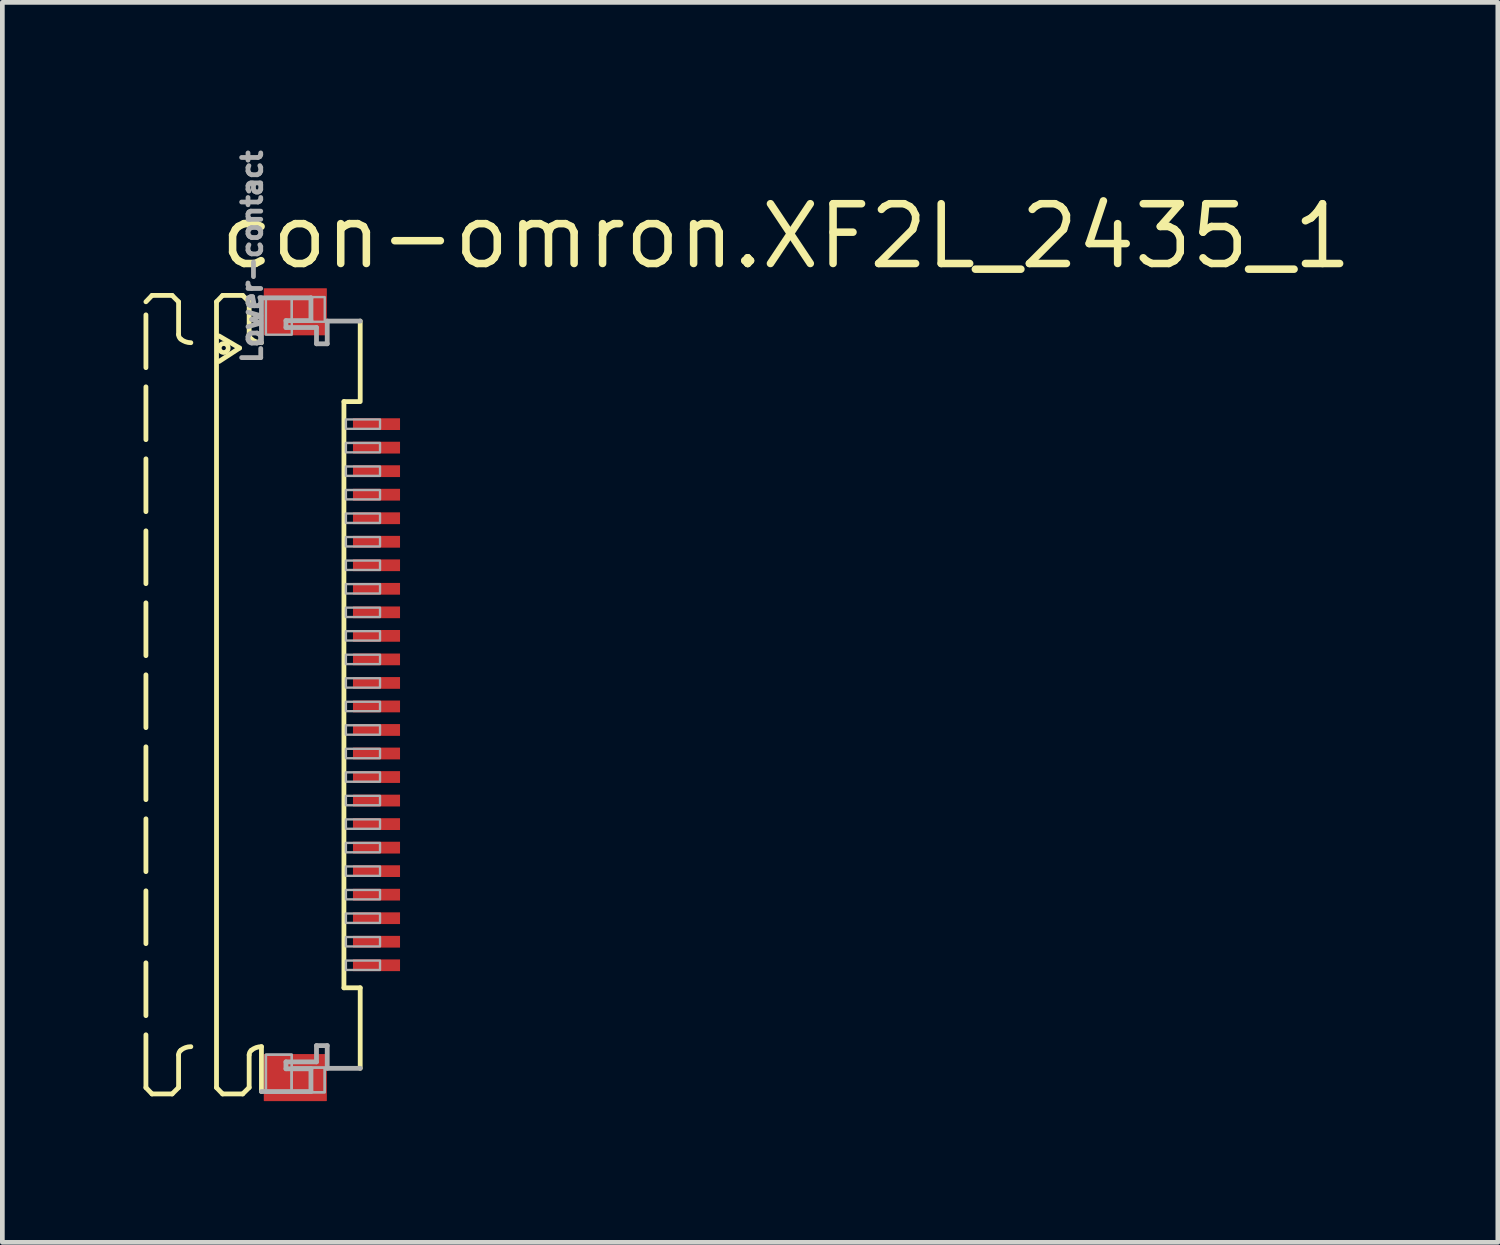
<source format=kicad_pcb>
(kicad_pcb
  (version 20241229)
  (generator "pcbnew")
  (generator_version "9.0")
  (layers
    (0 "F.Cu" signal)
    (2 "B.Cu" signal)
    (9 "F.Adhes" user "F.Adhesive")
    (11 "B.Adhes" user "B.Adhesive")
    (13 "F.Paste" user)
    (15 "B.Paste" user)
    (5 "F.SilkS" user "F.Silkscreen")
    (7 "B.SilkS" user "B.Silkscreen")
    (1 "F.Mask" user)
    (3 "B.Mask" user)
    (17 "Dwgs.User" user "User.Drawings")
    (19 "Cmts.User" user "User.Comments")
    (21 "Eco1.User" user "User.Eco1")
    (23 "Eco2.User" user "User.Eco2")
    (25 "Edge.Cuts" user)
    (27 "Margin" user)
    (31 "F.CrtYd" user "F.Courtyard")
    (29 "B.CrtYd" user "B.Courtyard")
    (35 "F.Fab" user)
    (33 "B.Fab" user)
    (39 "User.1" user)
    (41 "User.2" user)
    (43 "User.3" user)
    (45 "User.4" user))
  (footprint "con-omron.XF2L_2435_1"
    (layer "F.Cu")
    (at 3.046 11.713)
    (property "Reference" "con-omron.XF2L_2435_1" (at -1.5 -9 0) (layer "F.SilkS") (effects (font (size 1.27 1.27) (thickness 0.16)) (justify left bottom)))
    (attr smd)
    (fp_rect (start 1.355 -5.575) (end 2.455 -5.925) (stroke (width 0.05) (type default)) (fill yes) (layer "F.Mask"))
    (fp_rect (start 1.355 -5.075) (end 2.455 -5.425) (stroke (width 0.05) (type default)) (fill yes) (layer "F.Mask"))
    (fp_rect (start 1.355 -4.575) (end 2.455 -4.925) (stroke (width 0.05) (type default)) (fill yes) (layer "F.Mask"))
    (fp_rect (start 1.355 -4.075) (end 2.455 -4.425) (stroke (width 0.05) (type default)) (fill yes) (layer "F.Mask"))
    (fp_rect (start 1.355 -3.575) (end 2.455 -3.925) (stroke (width 0.05) (type default)) (fill yes) (layer "F.Mask"))
    (fp_rect (start 1.355 -3.075) (end 2.455 -3.425) (stroke (width 0.05) (type default)) (fill yes) (layer "F.Mask"))
    (fp_rect (start 1.355 -2.575) (end 2.455 -2.925) (stroke (width 0.05) (type default)) (fill yes) (layer "F.Mask"))
    (fp_rect (start 1.355 -2.075) (end 2.455 -2.425) (stroke (width 0.05) (type default)) (fill yes) (layer "F.Mask"))
    (fp_rect (start 1.355 -1.575) (end 2.455 -1.925) (stroke (width 0.05) (type default)) (fill yes) (layer "F.Mask"))
    (fp_rect (start 1.355 -1.075) (end 2.455 -1.425) (stroke (width 0.05) (type default)) (fill yes) (layer "F.Mask"))
    (fp_rect (start 1.355 -0.575) (end 2.455 -0.925) (stroke (width 0.05) (type default)) (fill yes) (layer "F.Mask"))
    (fp_rect (start 1.355 -0.075) (end 2.455 -0.425) (stroke (width 0.05) (type default)) (fill yes) (layer "F.Mask"))
    (fp_rect (start 1.355 0.425) (end 2.455 0.075) (stroke (width 0.05) (type default)) (fill yes) (layer "F.Mask"))
    (fp_rect (start 1.355 0.925) (end 2.455 0.575) (stroke (width 0.05) (type default)) (fill yes) (layer "F.Mask"))
    (fp_rect (start 1.355 1.425) (end 2.455 1.075) (stroke (width 0.05) (type default)) (fill yes) (layer "F.Mask"))
    (fp_rect (start 1.355 1.925) (end 2.455 1.575) (stroke (width 0.05) (type default)) (fill yes) (layer "F.Mask"))
    (fp_rect (start 1.355 2.425) (end 2.455 2.075) (stroke (width 0.05) (type default)) (fill yes) (layer "F.Mask"))
    (fp_rect (start 1.355 2.925) (end 2.455 2.575) (stroke (width 0.05) (type default)) (fill yes) (layer "F.Mask"))
    (fp_rect (start 1.355 3.425) (end 2.455 3.075) (stroke (width 0.05) (type default)) (fill yes) (layer "F.Mask"))
    (fp_rect (start 1.355 3.925) (end 2.455 3.575) (stroke (width 0.05) (type default)) (fill yes) (layer "F.Mask"))
    (fp_rect (start 1.355 4.425) (end 2.455 4.075) (stroke (width 0.05) (type default)) (fill yes) (layer "F.Mask"))
    (fp_rect (start 1.355 4.925) (end 2.455 4.575) (stroke (width 0.05) (type default)) (fill yes) (layer "F.Mask"))
    (fp_rect (start 1.355 5.425) (end 2.455 5.075) (stroke (width 0.05) (type default)) (fill yes) (layer "F.Mask"))
    (fp_rect (start 1.355 5.925) (end 2.455 5.575) (stroke (width 0.05) (type default)) (fill yes) (layer "F.Mask"))
    (fp_line (start -2.995 -8.35) (end -2.865 -8.485) (stroke (width 0.102) (type default)) (layer "F.SilkS"))
    (fp_line (start -2.995 8.35) (end -2.995 -8.35) (stroke (width 0.102) (type dash)) (layer "F.SilkS"))
    (fp_line (start -2.995 8.35) (end -2.865 8.485) (stroke (width 0.102) (type default)) (layer "F.SilkS"))
    (fp_line (start -2.865 -8.485) (end -2.438 -8.485) (stroke (width 0.102) (type dash)) (layer "F.SilkS"))
    (fp_line (start -2.865 8.485) (end -2.438 8.485) (stroke (width 0.102) (type dash)) (layer "F.SilkS"))
    (fp_line (start -2.438 -8.485) (end -2.301 -8.348) (stroke (width 0.102) (type default)) (layer "F.SilkS"))
    (fp_line (start -2.438 8.485) (end -2.301 8.348) (stroke (width 0.102) (type default)) (layer "F.SilkS"))
    (fp_line (start -2.301 -8.348) (end -2.301 -7.656) (stroke (width 0.102) (type dash)) (layer "F.SilkS"))
    (fp_line (start -2.301 8.348) (end -2.301 7.656) (stroke (width 0.102) (type dash)) (layer "F.SilkS"))
    (fp_line (start -1.495 -8.35) (end -1.365 -8.485) (stroke (width 0.102) (type default)) (layer "F.SilkS"))
    (fp_line (start -1.495 8.35) (end -1.495 -8.35) (stroke (width 0.102) (type default)) (layer "F.SilkS"))
    (fp_line (start -1.495 8.35) (end -1.365 8.485) (stroke (width 0.102) (type default)) (layer "F.SilkS"))
    (fp_line (start -1.441 -7.623) (end -1.005 -7.367) (stroke (width 0.102) (type default)) (layer "F.SilkS"))
    (fp_line (start -1.365 -8.485) (end -0.939 -8.485) (stroke (width 0.102) (type default)) (layer "F.SilkS"))
    (fp_line (start -1.365 8.485) (end -0.939 8.485) (stroke (width 0.102) (type default)) (layer "F.SilkS"))
    (fp_line (start -1.005 -7.367) (end -1.441 -7.082) (stroke (width 0.102) (type default)) (layer "F.SilkS"))
    (fp_line (start -0.939 -8.485) (end -0.801 -8.348) (stroke (width 0.102) (type default)) (layer "F.SilkS"))
    (fp_line (start -0.939 8.485) (end -0.801 8.348) (stroke (width 0.102) (type default)) (layer "F.SilkS"))
    (fp_line (start -0.801 -8.348) (end -0.801 -7.656) (stroke (width 0.102) (type default)) (layer "F.SilkS"))
    (fp_line (start -0.801 8.348) (end -0.801 7.656) (stroke (width 0.102) (type default)) (layer "F.SilkS"))
    (fp_line (start -0.54 7.48) (end -0.54 8.433) (stroke (width 0.102) (type default)) (layer "F.SilkS"))
    (fp_line (start 1.213 6.229) (end 1.213 -6.229) (stroke (width 0.102) (type default)) (layer "F.SilkS"))
    (fp_line (start 1.538 -6.229) (end 1.213 -6.229) (stroke (width 0.102) (type default)) (layer "F.SilkS"))
    (fp_line (start 1.559 -7.94) (end 1.559 -6.229) (stroke (width 0.102) (type default)) (layer "F.SilkS"))
    (fp_line (start 1.559 6.229) (end 1.213 6.229) (stroke (width 0.102) (type default)) (layer "F.SilkS"))
    (fp_line (start 1.559 7.94) (end 1.559 6.229) (stroke (width 0.102) (type default)) (layer "F.SilkS"))
    (fp_arc (start -2.301 7.6557) (mid -2.288538 7.600596) (end -2.2536 7.5562) (stroke (width 0.1016) (type default)) (layer "F.SilkS"))
    (fp_arc (start -2.2536 -7.5562) (mid -2.288538 -7.600596) (end -2.301 -7.6557) (stroke (width 0.1016) (type default)) (layer "F.SilkS"))
    (fp_arc (start -2.2536 7.5562) (mid -2.153476 7.499936) (end -2.0403 7.4804) (stroke (width 0.1016) (type default)) (layer "F.SilkS"))
    (fp_arc (start -2.0403 -7.4804) (mid -2.153476 -7.499936) (end -2.2536 -7.5562) (stroke (width 0.1016) (type default)) (layer "F.SilkS"))
    (fp_arc (start -0.801 7.6557) (mid -0.788538 7.600596) (end -0.7536 7.5562) (stroke (width 0.1016) (type default)) (layer "F.SilkS"))
    (fp_arc (start -0.7536 -7.5562) (mid -0.788538 -7.600596) (end -0.801 -7.6557) (stroke (width 0.1016) (type default)) (layer "F.SilkS"))
    (fp_arc (start -0.7536 7.5562) (mid -0.653476 7.499936) (end -0.5403 7.4804) (stroke (width 0.1016) (type default)) (layer "F.SilkS"))
    (fp_arc (start -0.5403 -7.4804) (mid -0.653476 -7.499936) (end -0.7536 -7.5562) (stroke (width 0.1016) (type default)) (layer "F.SilkS"))
    (fp_circle (center -1.341 -7.367) (end -1.246 -7.367) (stroke (width 0.1) (type default)) (fill no) (layer "F.SilkS"))
    (fp_line (start -0.54 -8.433) (end 0.512 -8.433) (stroke (width 0.102) (type default)) (layer "F.Fab"))
    (fp_line (start -0.54 -7.48) (end -0.54 -8.433) (stroke (width 0.102) (type default)) (layer "F.Fab"))
    (fp_line (start -0.54 8.433) (end 0.512 8.433) (stroke (width 0.102) (type default)) (layer "F.Fab"))
    (fp_line (start -0.019 -7.95) (end -0.019 -7.803) (stroke (width 0.102) (type default)) (layer "F.Fab"))
    (fp_line (start -0.019 -7.803) (end 0.63 -7.803) (stroke (width 0.102) (type default)) (layer "F.Fab"))
    (fp_line (start -0.019 7.803) (end 0.63 7.803) (stroke (width 0.102) (type default)) (layer "F.Fab"))
    (fp_line (start -0.019 7.95) (end -0.019 7.803) (stroke (width 0.102) (type default)) (layer "F.Fab"))
    (fp_line (start 0.512 -8.433) (end 0.512 -7.95) (stroke (width 0.102) (type default)) (layer "F.Fab"))
    (fp_line (start 0.512 -7.95) (end -0.019 -7.95) (stroke (width 0.102) (type default)) (layer "F.Fab"))
    (fp_line (start 0.512 7.95) (end -0.019 7.95) (stroke (width 0.102) (type default)) (layer "F.Fab"))
    (fp_line (start 0.512 8.433) (end 0.512 7.95) (stroke (width 0.102) (type default)) (layer "F.Fab"))
    (fp_line (start 0.63 -7.803) (end 0.63 -7.457) (stroke (width 0.102) (type default)) (layer "F.Fab"))
    (fp_line (start 0.63 -7.457) (end 0.858 -7.457) (stroke (width 0.102) (type default)) (layer "F.Fab"))
    (fp_line (start 0.63 7.457) (end 0.858 7.457) (stroke (width 0.102) (type default)) (layer "F.Fab"))
    (fp_line (start 0.63 7.803) (end 0.63 7.457) (stroke (width 0.102) (type default)) (layer "F.Fab"))
    (fp_line (start 0.858 -7.94) (end 1.559 -7.94) (stroke (width 0.102) (type default)) (layer "F.Fab"))
    (fp_line (start 0.858 -7.457) (end 0.858 -7.94) (stroke (width 0.102) (type default)) (layer "F.Fab"))
    (fp_line (start 0.858 7.457) (end 0.858 7.94) (stroke (width 0.102) (type default)) (layer "F.Fab"))
    (fp_line (start 0.858 7.94) (end 1.559 7.94) (stroke (width 0.102) (type default)) (layer "F.Fab"))
    (fp_rect (start -0.445 -7.65) (end 0.105 -8.45) (stroke (width 0.05) (type default)) (fill no) (layer "F.Fab"))
    (fp_rect (start -0.445 8.45) (end 0.105 7.65) (stroke (width 0.05) (type default)) (fill no) (layer "F.Fab"))
    (fp_rect (start -0.445 8.45) (end 0.105 7.65) (stroke (width 0.05) (type default)) (fill no) (layer "F.Fab"))
    (fp_rect (start 0.105 -7.925) (end 0.805 -8.45) (stroke (width 0.05) (type default)) (fill no) (layer "F.Fab"))
    (fp_rect (start 0.105 8.45) (end 0.805 7.925) (stroke (width 0.05) (type default)) (fill no) (layer "F.Fab"))
    (fp_rect (start 0.105 8.45) (end 0.805 7.925) (stroke (width 0.05) (type default)) (fill no) (layer "F.Fab"))
    (fp_rect (start 1.255 -5.65) (end 1.98 -5.85) (stroke (width 0.05) (type default)) (fill no) (layer "F.Fab"))
    (fp_rect (start 1.255 -5.15) (end 1.98 -5.35) (stroke (width 0.05) (type default)) (fill no) (layer "F.Fab"))
    (fp_rect (start 1.255 -4.65) (end 1.98 -4.85) (stroke (width 0.05) (type default)) (fill no) (layer "F.Fab"))
    (fp_rect (start 1.255 -4.15) (end 1.98 -4.35) (stroke (width 0.05) (type default)) (fill no) (layer "F.Fab"))
    (fp_rect (start 1.255 -3.65) (end 1.98 -3.85) (stroke (width 0.05) (type default)) (fill no) (layer "F.Fab"))
    (fp_rect (start 1.255 -3.15) (end 1.98 -3.35) (stroke (width 0.05) (type default)) (fill no) (layer "F.Fab"))
    (fp_rect (start 1.255 -2.65) (end 1.98 -2.85) (stroke (width 0.05) (type default)) (fill no) (layer "F.Fab"))
    (fp_rect (start 1.255 -2.15) (end 1.98 -2.35) (stroke (width 0.05) (type default)) (fill no) (layer "F.Fab"))
    (fp_rect (start 1.255 -1.65) (end 1.98 -1.85) (stroke (width 0.05) (type default)) (fill no) (layer "F.Fab"))
    (fp_rect (start 1.255 -1.15) (end 1.98 -1.35) (stroke (width 0.05) (type default)) (fill no) (layer "F.Fab"))
    (fp_rect (start 1.255 -0.65) (end 1.98 -0.85) (stroke (width 0.05) (type default)) (fill no) (layer "F.Fab"))
    (fp_rect (start 1.255 -0.15) (end 1.98 -0.35) (stroke (width 0.05) (type default)) (fill no) (layer "F.Fab"))
    (fp_rect (start 1.255 0.35) (end 1.98 0.15) (stroke (width 0.05) (type default)) (fill no) (layer "F.Fab"))
    (fp_rect (start 1.255 0.85) (end 1.98 0.65) (stroke (width 0.05) (type default)) (fill no) (layer "F.Fab"))
    (fp_rect (start 1.255 1.35) (end 1.98 1.15) (stroke (width 0.05) (type default)) (fill no) (layer "F.Fab"))
    (fp_rect (start 1.255 1.85) (end 1.98 1.65) (stroke (width 0.05) (type default)) (fill no) (layer "F.Fab"))
    (fp_rect (start 1.255 2.35) (end 1.98 2.15) (stroke (width 0.05) (type default)) (fill no) (layer "F.Fab"))
    (fp_rect (start 1.255 2.85) (end 1.98 2.65) (stroke (width 0.05) (type default)) (fill no) (layer "F.Fab"))
    (fp_rect (start 1.255 3.35) (end 1.98 3.15) (stroke (width 0.05) (type default)) (fill no) (layer "F.Fab"))
    (fp_rect (start 1.255 3.85) (end 1.98 3.65) (stroke (width 0.05) (type default)) (fill no) (layer "F.Fab"))
    (fp_rect (start 1.255 4.35) (end 1.98 4.15) (stroke (width 0.05) (type default)) (fill no) (layer "F.Fab"))
    (fp_rect (start 1.255 4.85) (end 1.98 4.65) (stroke (width 0.05) (type default)) (fill no) (layer "F.Fab"))
    (fp_rect (start 1.255 5.35) (end 1.98 5.15) (stroke (width 0.05) (type default)) (fill no) (layer "F.Fab"))
    (fp_rect (start 1.255 5.85) (end 1.98 5.65) (stroke (width 0.05) (type default)) (fill no) (layer "F.Fab"))
    (fp_text user "Lower-contact" (at -0.5 -7 270) (layer "F.Fab") (effects (font (size 0.406 0.406) (thickness 0.15)) (justify left bottom)))
    (pad "1" smd roundrect (at 1.905 -5.75) (size 1 0.25) (layers "F.Cu" "F.Mask" "F.Paste") (roundrect_rratio 0.01))
    (pad "2" smd roundrect (at 1.905 -5.25) (size 1 0.25) (layers "F.Cu" "F.Mask" "F.Paste") (roundrect_rratio 0.01))
    (pad "3" smd roundrect (at 1.905 -4.75) (size 1 0.25) (layers "F.Cu" "F.Mask" "F.Paste") (roundrect_rratio 0.01))
    (pad "4" smd roundrect (at 1.905 -4.25) (size 1 0.25) (layers "F.Cu" "F.Mask" "F.Paste") (roundrect_rratio 0.01))
    (pad "5" smd roundrect (at 1.905 -3.75) (size 1 0.25) (layers "F.Cu" "F.Mask" "F.Paste") (roundrect_rratio 0.01))
    (pad "6" smd roundrect (at 1.905 -3.25) (size 1 0.25) (layers "F.Cu" "F.Mask" "F.Paste") (roundrect_rratio 0.01))
    (pad "7" smd roundrect (at 1.905 -2.75) (size 1 0.25) (layers "F.Cu" "F.Mask" "F.Paste") (roundrect_rratio 0.01))
    (pad "8" smd roundrect (at 1.905 -2.25) (size 1 0.25) (layers "F.Cu" "F.Mask" "F.Paste") (roundrect_rratio 0.01))
    (pad "9" smd roundrect (at 1.905 -1.75) (size 1 0.25) (layers "F.Cu" "F.Mask" "F.Paste") (roundrect_rratio 0.01))
    (pad "10" smd roundrect (at 1.905 -1.25) (size 1 0.25) (layers "F.Cu" "F.Mask" "F.Paste") (roundrect_rratio 0.01))
    (pad "11" smd roundrect (at 1.905 -0.75) (size 1 0.25) (layers "F.Cu" "F.Mask" "F.Paste") (roundrect_rratio 0.01))
    (pad "12" smd roundrect (at 1.905 -0.25) (size 1 0.25) (layers "F.Cu" "F.Mask" "F.Paste") (roundrect_rratio 0.01))
    (pad "13" smd roundrect (at 1.905 0.25) (size 1 0.25) (layers "F.Cu" "F.Mask" "F.Paste") (roundrect_rratio 0.01))
    (pad "14" smd roundrect (at 1.905 0.75) (size 1 0.25) (layers "F.Cu" "F.Mask" "F.Paste") (roundrect_rratio 0.01))
    (pad "15" smd roundrect (at 1.905 1.25) (size 1 0.25) (layers "F.Cu" "F.Mask" "F.Paste") (roundrect_rratio 0.01))
    (pad "16" smd roundrect (at 1.905 1.75) (size 1 0.25) (layers "F.Cu" "F.Mask" "F.Paste") (roundrect_rratio 0.01))
    (pad "17" smd roundrect (at 1.905 2.25) (size 1 0.25) (layers "F.Cu" "F.Mask" "F.Paste") (roundrect_rratio 0.01))
    (pad "18" smd roundrect (at 1.905 2.75) (size 1 0.25) (layers "F.Cu" "F.Mask" "F.Paste") (roundrect_rratio 0.01))
    (pad "19" smd roundrect (at 1.905 3.25) (size 1 0.25) (layers "F.Cu" "F.Mask" "F.Paste") (roundrect_rratio 0.01))
    (pad "20" smd roundrect (at 1.905 3.75) (size 1 0.25) (layers "F.Cu" "F.Mask" "F.Paste") (roundrect_rratio 0.01))
    (pad "21" smd roundrect (at 1.905 4.25) (size 1 0.25) (layers "F.Cu" "F.Mask" "F.Paste") (roundrect_rratio 0.01))
    (pad "22" smd roundrect (at 1.905 4.75) (size 1 0.25) (layers "F.Cu" "F.Mask" "F.Paste") (roundrect_rratio 0.01))
    (pad "23" smd roundrect (at 1.905 5.25) (size 1 0.25) (layers "F.Cu" "F.Mask" "F.Paste") (roundrect_rratio 0.01))
    (pad "24" smd roundrect (at 1.905 5.75) (size 1 0.25) (layers "F.Cu" "F.Mask" "F.Paste") (roundrect_rratio 0.01))
    (pad "M1" smd roundrect (at 0.18 -8.137) (size 1.34 1) (layers "F.Cu" "F.Mask" "F.Paste") (roundrect_rratio 0.01))
    (pad "M2" smd roundrect (at 0.18 8.137) (size 1.34 1) (layers "F.Cu" "F.Mask" "F.Paste") (roundrect_rratio 0.01)))
  (gr_rect
    (start -3 -3)
    (end 28.781 23.351)
    (stroke (width 0.1) (type default))
    (fill no)
    (layer "Edge.Cuts")))
</source>
